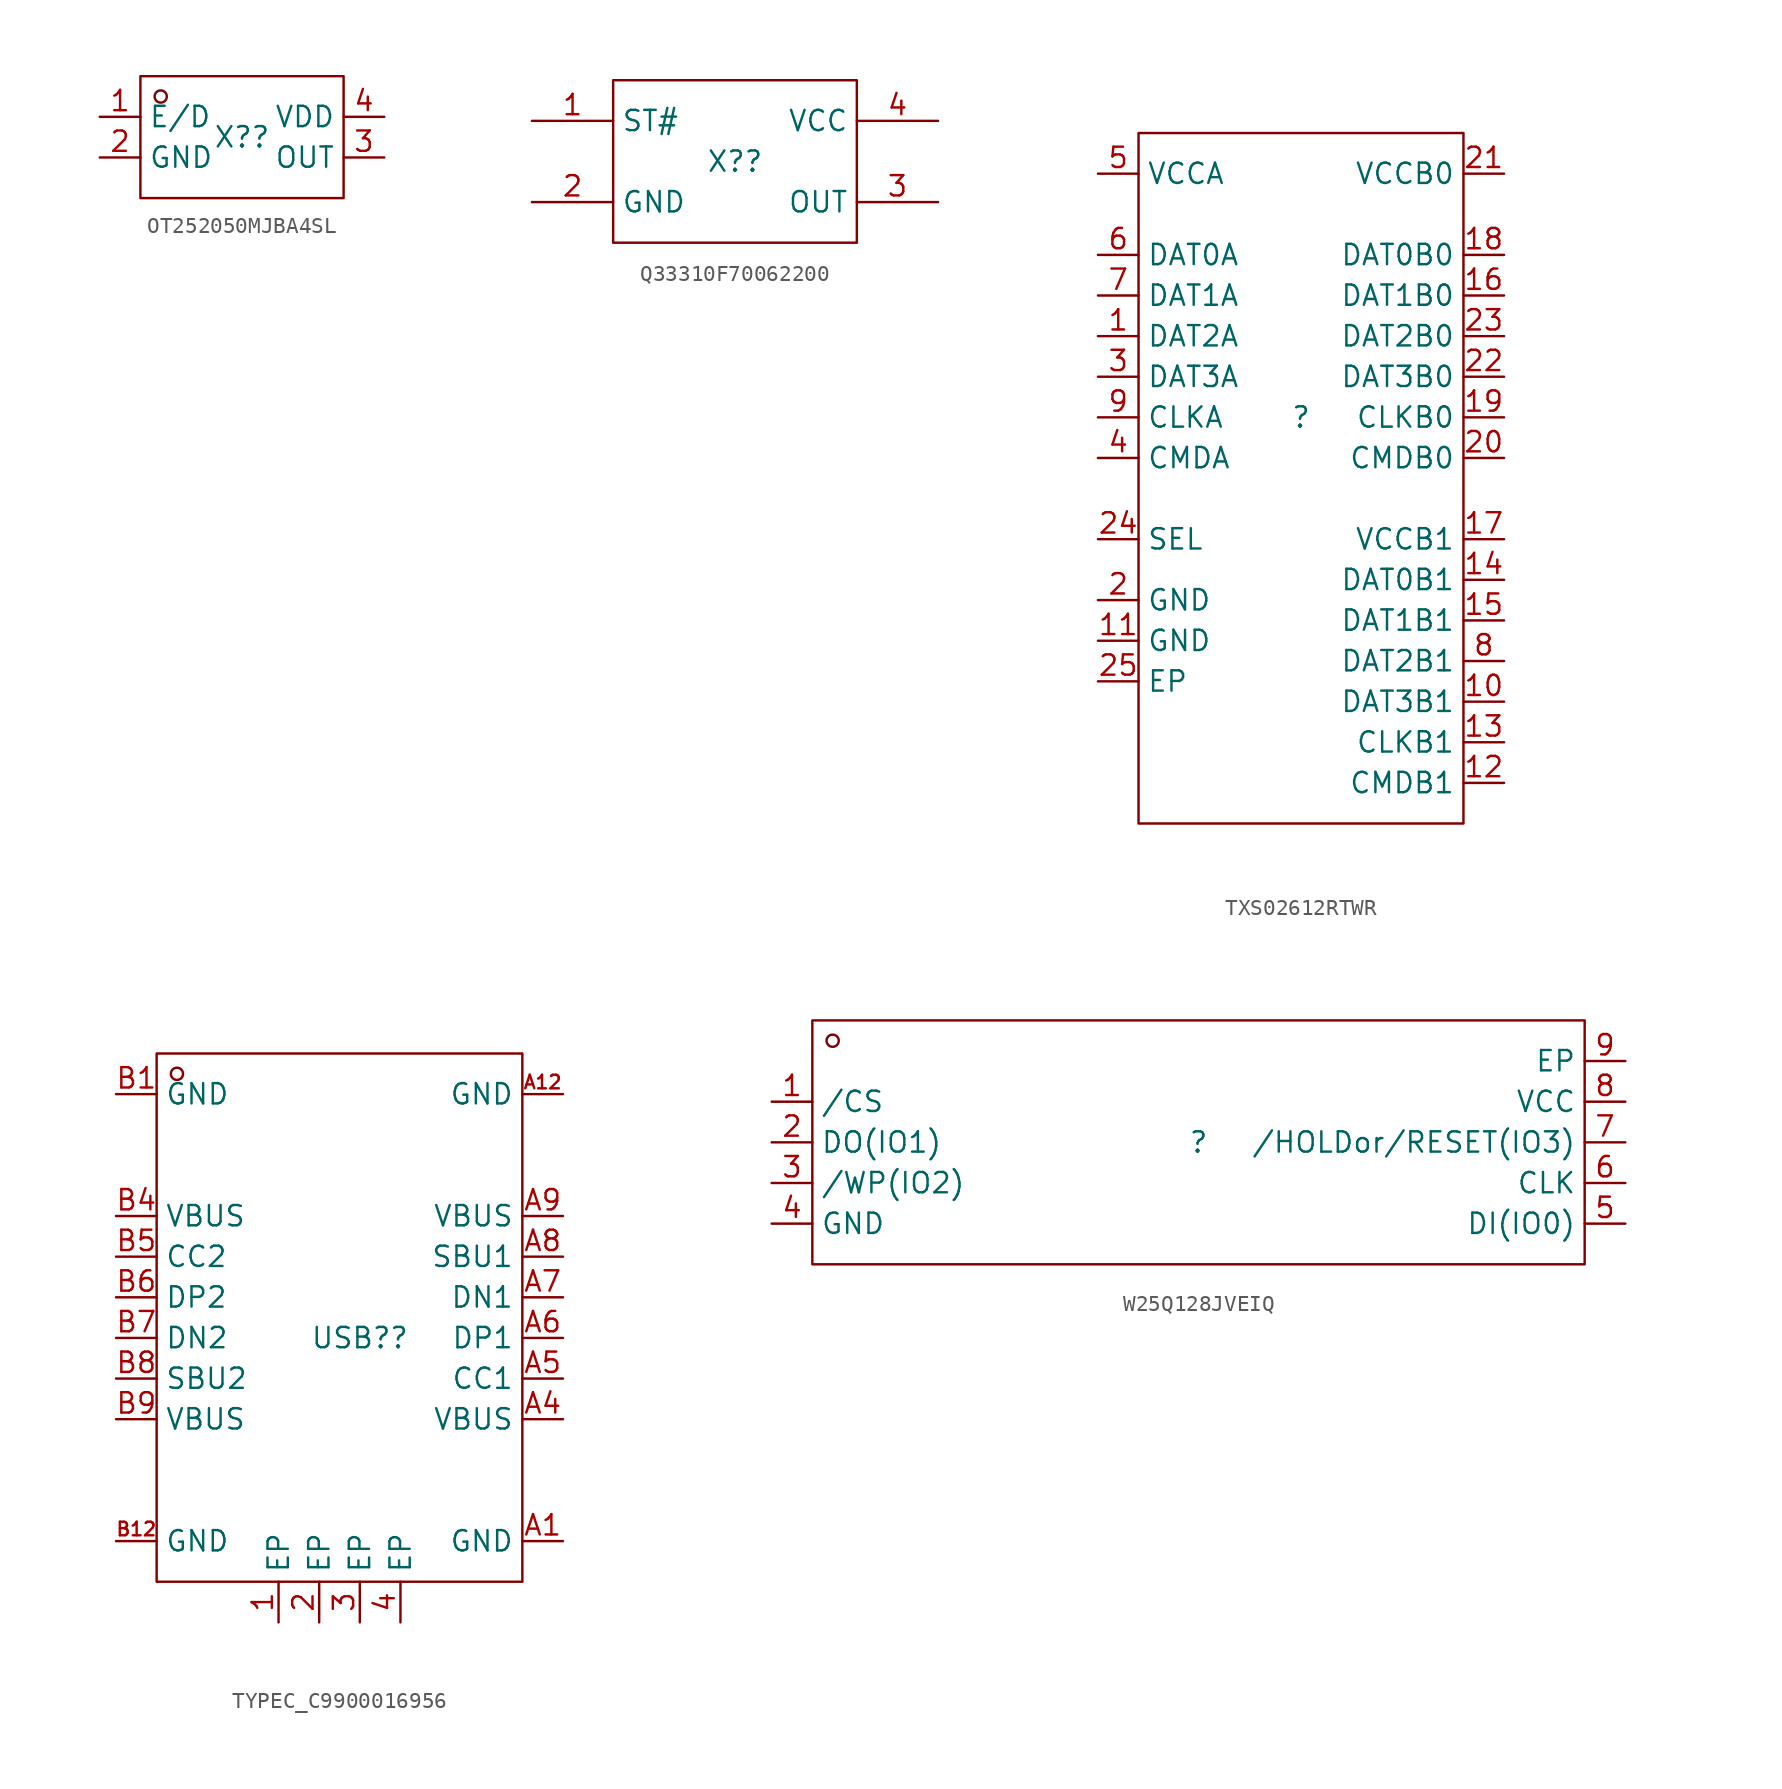
<source format=kicad_sym>
(kicad_symbol_lib
  (version 20231120)
  (generator "kicad_symbol_editor")
  (generator_version "8.0")
  (symbol "OT252050MJBA4SL"
    (property "Reference" "X?"
      (at 0 0 0)
      (effects (font (size 1.27 1.27))))
    (property "Value" ""
      (at 0 0 0)
      (effects (font (size 1.27 1.27))))
    (symbol "OT252050MJBA4SL_1_0"
      (rectangle (start -6.35 -3.81) (end 6.35 3.81) (stroke (width 0) (type default)) (fill (type none)))
      (circle (center -5.08 2.54) (radius 0.381) (stroke (width 0) (type default)) (fill (type none)))
      (pin unspecified line (at -8.89 1.27 0) (length 2.54) (name "E/D" (effects (font (size 1.27 1.27)))) (number "1" (effects (font (size 1.27 1.27)))))
      (pin unspecified line (at -8.89 -1.27 0) (length 2.54) (name "GND" (effects (font (size 1.27 1.27)))) (number "2" (effects (font (size 1.27 1.27)))))
      (pin unspecified line (at 8.89 -1.27 180) (length 2.54) (name "OUT" (effects (font (size 1.27 1.27)))) (number "3" (effects (font (size 1.27 1.27)))))
      (pin unspecified line (at 8.89 1.27 180) (length 2.54) (name "VDD" (effects (font (size 1.27 1.27)))) (number "4" (effects (font (size 1.27 1.27)))))))
  (symbol "Q33310F70062200"
    (property "Reference" "X?"
      (at 0 0 0)
      (effects (font (size 1.27 1.27))))
    (property "Value" ""
      (at 0 0 0)
      (effects (font (size 1.27 1.27))))
    (symbol "Q33310F70062200_1_0"
      (rectangle (start -7.62 -5.08) (end 7.62 5.08) (stroke (width 0) (type default)) (fill (type none)))
      (pin input line (at -12.7 2.54 0) (length 5.08) (name "ST#" (effects (font (size 1.27 1.27)))) (number "1" (effects (font (size 1.27 1.27)))))
      (pin input line (at -12.7 -2.54 0) (length 5.08) (name "GND" (effects (font (size 1.27 1.27)))) (number "2" (effects (font (size 1.27 1.27)))))
      (pin input line (at 12.7 -2.54 180) (length 5.08) (name "OUT" (effects (font (size 1.27 1.27)))) (number "3" (effects (font (size 1.27 1.27)))))
      (pin input line (at 12.7 2.54 180) (length 5.08) (name "VCC" (effects (font (size 1.27 1.27)))) (number "4" (effects (font (size 1.27 1.27)))))))
  (symbol "TXS02612RTWR"
    (property "Reference" ""
      (at 0 0 0)
      (effects (font (size 1.27 1.27))))
    (property "Value" ""
      (at 0 0 0)
      (effects (font (size 1.27 1.27))))
    (symbol "TXS02612RTWR_1_0"
      (rectangle (start -10.16 17.78) (end 10.16 -25.4) (stroke (width 0) (type default)) (fill (type none)))
      (pin input line (at -12.7 5.08 0) (length 2.54) (name "DAT2A" (effects (font (size 1.27 1.27)))) (number "1" (effects (font (size 1.27 1.27)))))
      (pin input line (at 12.7 -17.78 180) (length 2.54) (name "DAT3B1" (effects (font (size 1.27 1.27)))) (number "10" (effects (font (size 1.27 1.27)))))
      (pin input line (at -12.7 -13.97 0) (length 2.54) (name "GND" (effects (font (size 1.27 1.27)))) (number "11" (effects (font (size 1.27 1.27)))))
      (pin input line (at 12.7 -22.86 180) (length 2.54) (name "CMDB1" (effects (font (size 1.27 1.27)))) (number "12" (effects (font (size 1.27 1.27)))))
      (pin input line (at 12.7 -20.32 180) (length 2.54) (name "CLKB1" (effects (font (size 1.27 1.27)))) (number "13" (effects (font (size 1.27 1.27)))))
      (pin input line (at 12.7 -10.16 180) (length 2.54) (name "DAT0B1" (effects (font (size 1.27 1.27)))) (number "14" (effects (font (size 1.27 1.27)))))
      (pin input line (at 12.7 -12.7 180) (length 2.54) (name "DAT1B1" (effects (font (size 1.27 1.27)))) (number "15" (effects (font (size 1.27 1.27)))))
      (pin input line (at 12.7 7.62 180) (length 2.54) (name "DAT1B0" (effects (font (size 1.27 1.27)))) (number "16" (effects (font (size 1.27 1.27)))))
      (pin input line (at 12.7 -7.62 180) (length 2.54) (name "VCCB1" (effects (font (size 1.27 1.27)))) (number "17" (effects (font (size 1.27 1.27)))))
      (pin input line (at 12.7 10.16 180) (length 2.54) (name "DAT0B0" (effects (font (size 1.27 1.27)))) (number "18" (effects (font (size 1.27 1.27)))))
      (pin input line (at 12.7 0 180) (length 2.54) (name "CLKB0" (effects (font (size 1.27 1.27)))) (number "19" (effects (font (size 1.27 1.27)))))
      (pin input line (at -12.7 -11.43 0) (length 2.54) (name "GND" (effects (font (size 1.27 1.27)))) (number "2" (effects (font (size 1.27 1.27)))))
      (pin input line (at 12.7 -2.54 180) (length 2.54) (name "CMDB0" (effects (font (size 1.27 1.27)))) (number "20" (effects (font (size 1.27 1.27)))))
      (pin input line (at 12.7 15.24 180) (length 2.54) (name "VCCB0" (effects (font (size 1.27 1.27)))) (number "21" (effects (font (size 1.27 1.27)))))
      (pin input line (at 12.7 2.54 180) (length 2.54) (name "DAT3B0" (effects (font (size 1.27 1.27)))) (number "22" (effects (font (size 1.27 1.27)))))
      (pin input line (at 12.7 5.08 180) (length 2.54) (name "DAT2B0" (effects (font (size 1.27 1.27)))) (number "23" (effects (font (size 1.27 1.27)))))
      (pin input line (at -12.7 -7.62 0) (length 2.54) (name "SEL" (effects (font (size 1.27 1.27)))) (number "24" (effects (font (size 1.27 1.27)))))
      (pin input line (at -12.7 -16.51 0) (length 2.54) (name "EP" (effects (font (size 1.27 1.27)))) (number "25" (effects (font (size 1.27 1.27)))))
      (pin input line (at -12.7 2.54 0) (length 2.54) (name "DAT3A" (effects (font (size 1.27 1.27)))) (number "3" (effects (font (size 1.27 1.27)))))
      (pin input line (at -12.7 -2.54 0) (length 2.54) (name "CMDA" (effects (font (size 1.27 1.27)))) (number "4" (effects (font (size 1.27 1.27)))))
      (pin input line (at -12.7 15.24 0) (length 2.54) (name "VCCA" (effects (font (size 1.27 1.27)))) (number "5" (effects (font (size 1.27 1.27)))))
      (pin input line (at -12.7 10.16 0) (length 2.54) (name "DAT0A" (effects (font (size 1.27 1.27)))) (number "6" (effects (font (size 1.27 1.27)))))
      (pin input line (at -12.7 7.62 0) (length 2.54) (name "DAT1A" (effects (font (size 1.27 1.27)))) (number "7" (effects (font (size 1.27 1.27)))))
      (pin input line (at 12.7 -15.24 180) (length 2.54) (name "DAT2B1" (effects (font (size 1.27 1.27)))) (number "8" (effects (font (size 1.27 1.27)))))
      (pin input line (at -12.7 0 0) (length 2.54) (name "CLKA" (effects (font (size 1.27 1.27)))) (number "9" (effects (font (size 1.27 1.27)))))))
  (symbol "TYPEC_C9900016956"
    (property "Reference" "USB?"
      (at 0 0 0)
      (effects (font (size 1.27 1.27))))
    (property "Value" ""
      (at 0 0 0)
      (effects (font (size 1.27 1.27))))
    (symbol "TYPEC_C9900016956_1_0"
      (rectangle (start -12.7 -15.24) (end 10.16 17.78) (stroke (width 0) (type default)) (fill (type none)))
      (circle (center -11.43 16.51) (radius 0.381) (stroke (width 0) (type default)) (fill (type none)))
      (pin input line (at -5.08 -17.78 90) (length 2.54) (name "EP" (effects (font (size 1.27 1.27)))) (number "1" (effects (font (size 1.27 1.27)))))
      (pin input line (at -2.54 -17.78 90) (length 2.54) (name "EP" (effects (font (size 1.27 1.27)))) (number "2" (effects (font (size 1.27 1.27)))))
      (pin input line (at 0 -17.78 90) (length 2.54) (name "EP" (effects (font (size 1.27 1.27)))) (number "3" (effects (font (size 1.27 1.27)))))
      (pin input line (at 2.54 -17.78 90) (length 2.54) (name "EP" (effects (font (size 1.27 1.27)))) (number "4" (effects (font (size 1.27 1.27)))))
      (pin input line (at 12.7 -12.7 180) (length 2.54) (name "GND" (effects (font (size 1.27 1.27)))) (number "A1" (effects (font (size 1.27 1.27)))))
      (pin input line (at 12.7 15.24 180) (length 2.54) (name "GND" (effects (font (size 1.27 1.27)))) (number "A12" (effects (font (size 0.847 0.847)))))
      (pin input line (at 12.7 -5.08 180) (length 2.54) (name "VBUS" (effects (font (size 1.27 1.27)))) (number "A4" (effects (font (size 1.27 1.27)))))
      (pin input line (at 12.7 -2.54 180) (length 2.54) (name "CC1" (effects (font (size 1.27 1.27)))) (number "A5" (effects (font (size 1.27 1.27)))))
      (pin input line (at 12.7 0 180) (length 2.54) (name "DP1" (effects (font (size 1.27 1.27)))) (number "A6" (effects (font (size 1.27 1.27)))))
      (pin input line (at 12.7 2.54 180) (length 2.54) (name "DN1" (effects (font (size 1.27 1.27)))) (number "A7" (effects (font (size 1.27 1.27)))))
      (pin input line (at 12.7 5.08 180) (length 2.54) (name "SBU1" (effects (font (size 1.27 1.27)))) (number "A8" (effects (font (size 1.27 1.27)))))
      (pin input line (at 12.7 7.62 180) (length 2.54) (name "VBUS" (effects (font (size 1.27 1.27)))) (number "A9" (effects (font (size 1.27 1.27)))))
      (pin input line (at -15.24 15.24 0) (length 2.54) (name "GND" (effects (font (size 1.27 1.27)))) (number "B1" (effects (font (size 1.27 1.27)))))
      (pin input line (at -15.24 -12.7 0) (length 2.54) (name "GND" (effects (font (size 1.27 1.27)))) (number "B12" (effects (font (size 0.847 0.847)))))
      (pin input line (at -15.24 7.62 0) (length 2.54) (name "VBUS" (effects (font (size 1.27 1.27)))) (number "B4" (effects (font (size 1.27 1.27)))))
      (pin input line (at -15.24 5.08 0) (length 2.54) (name "CC2" (effects (font (size 1.27 1.27)))) (number "B5" (effects (font (size 1.27 1.27)))))
      (pin input line (at -15.24 2.54 0) (length 2.54) (name "DP2" (effects (font (size 1.27 1.27)))) (number "B6" (effects (font (size 1.27 1.27)))))
      (pin input line (at -15.24 0 0) (length 2.54) (name "DN2" (effects (font (size 1.27 1.27)))) (number "B7" (effects (font (size 1.27 1.27)))))
      (pin input line (at -15.24 -2.54 0) (length 2.54) (name "SBU2" (effects (font (size 1.27 1.27)))) (number "B8" (effects (font (size 1.27 1.27)))))
      (pin input line (at -15.24 -5.08 0) (length 2.54) (name "VBUS" (effects (font (size 1.27 1.27)))) (number "B9" (effects (font (size 1.27 1.27)))))))
  (symbol "W25Q128JVEIQ"
    (property "Reference" ""
      (at 0 0 0)
      (effects (font (size 1.27 1.27))))
    (property "Value" ""
      (at 0 0 0)
      (effects (font (size 1.27 1.27))))
    (symbol "W25Q128JVEIQ_1_0"
      (rectangle (start -24.13 -7.62) (end 24.13 7.62) (stroke (width 0) (type default)) (fill (type none)))
      (circle (center -22.86 6.35) (radius 0.381) (stroke (width 0) (type default)) (fill (type none)))
      (pin input line (at -26.67 2.54 0) (length 2.54) (name "/CS" (effects (font (size 1.27 1.27)))) (number "1" (effects (font (size 1.27 1.27)))))
      (pin input line (at -26.67 0 0) (length 2.54) (name "DO(IO1)" (effects (font (size 1.27 1.27)))) (number "2" (effects (font (size 1.27 1.27)))))
      (pin input line (at -26.67 -2.54 0) (length 2.54) (name "/WP(IO2)" (effects (font (size 1.27 1.27)))) (number "3" (effects (font (size 1.27 1.27)))))
      (pin input line (at -26.67 -5.08 0) (length 2.54) (name "GND" (effects (font (size 1.27 1.27)))) (number "4" (effects (font (size 1.27 1.27)))))
      (pin input line (at 26.67 -5.08 180) (length 2.54) (name "DI(IO0)" (effects (font (size 1.27 1.27)))) (number "5" (effects (font (size 1.27 1.27)))))
      (pin input line (at 26.67 -2.54 180) (length 2.54) (name "CLK" (effects (font (size 1.27 1.27)))) (number "6" (effects (font (size 1.27 1.27)))))
      (pin input line (at 26.67 0 180) (length 2.54) (name "/HOLDor/RESET(IO3)" (effects (font (size 1.27 1.27)))) (number "7" (effects (font (size 1.27 1.27)))))
      (pin input line (at 26.67 2.54 180) (length 2.54) (name "VCC" (effects (font (size 1.27 1.27)))) (number "8" (effects (font (size 1.27 1.27)))))
      (pin input line (at 26.67 5.08 180) (length 2.54) (name "EP" (effects (font (size 1.27 1.27)))) (number "9" (effects (font (size 1.27 1.27))))))))
</source>
